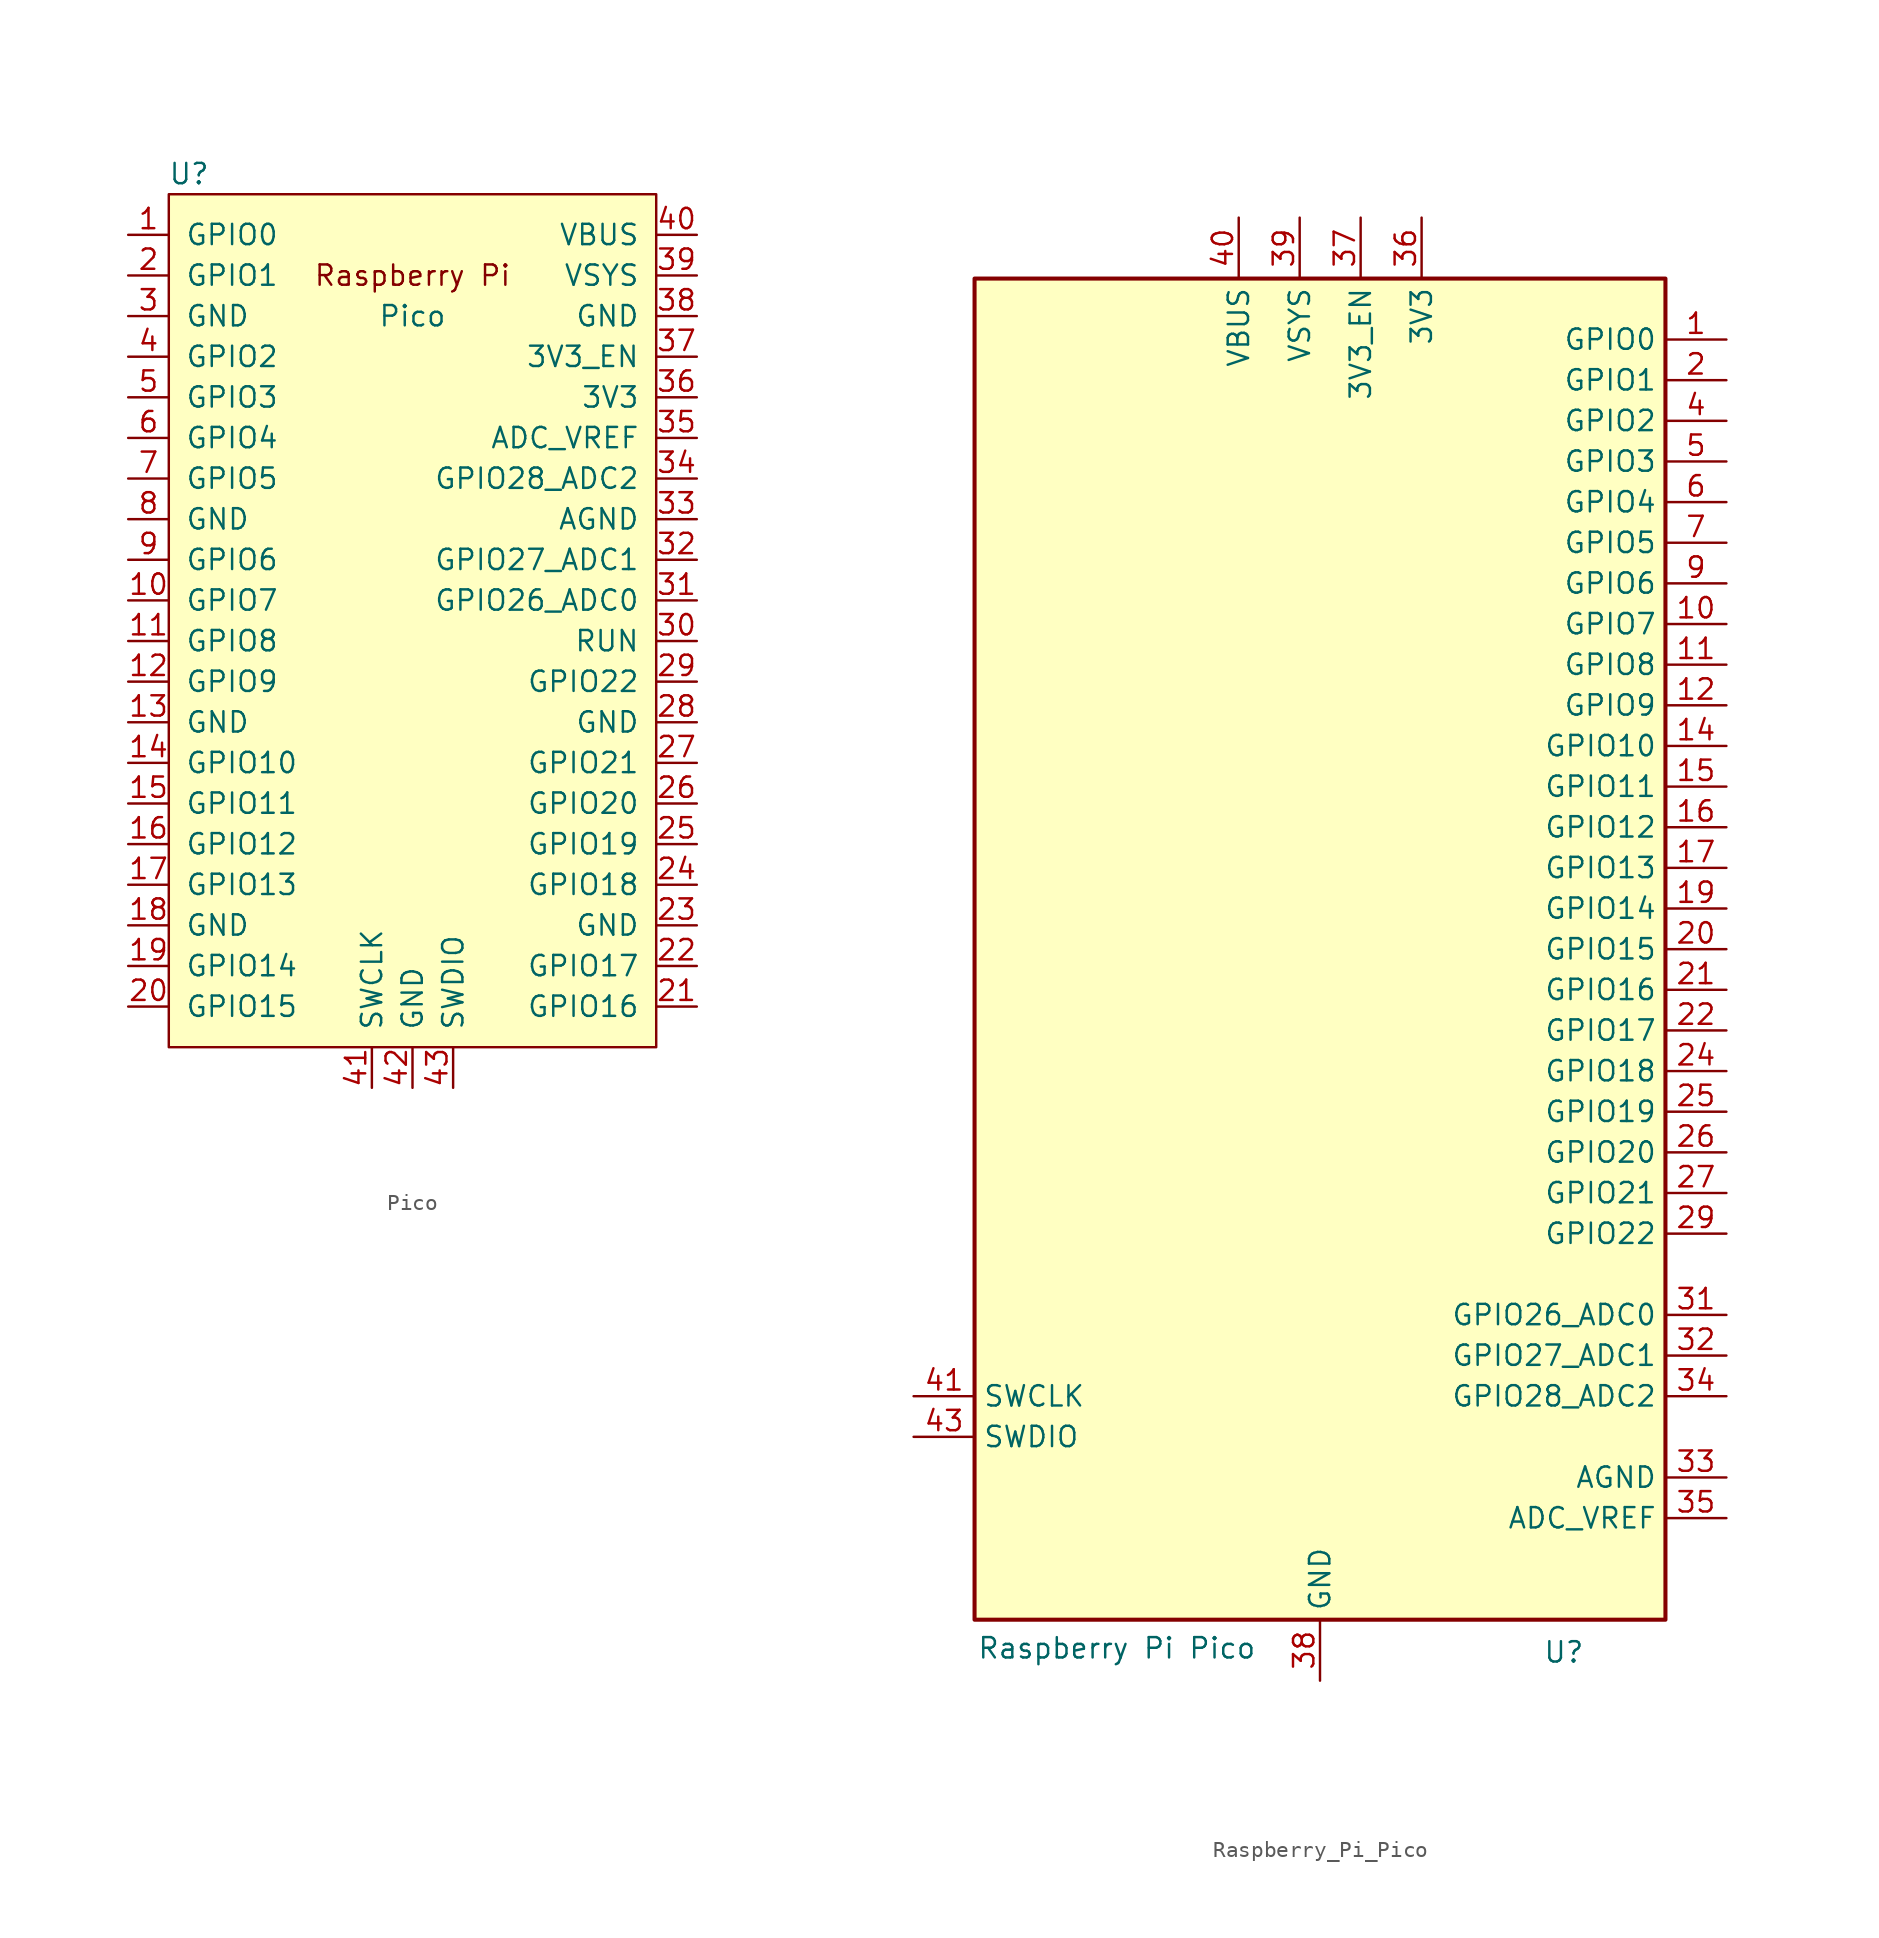
<source format=kicad_sym>
(kicad_symbol_lib
  (version 20231120)
  (generator "kicad_symbol_editor")
  (generator_version "8.0")
  (symbol "Pico"
    (pin_names
      (offset 1.016))
    (property "Reference" "U"
      (at -13.97 27.94 0)
      (effects (font (size 1.27 1.27))))
    (property "Value" "Pico"
      (at 0 19.05 0)
      (effects (font (size 1.27 1.27))))
    (symbol "Pico_0_0"
      (text "Raspberry Pi" (at 0 21.59 0) (effects (font (size 1.27 1.27)))))
    (symbol "Pico_0_1"
      (rectangle (start -15.24 26.67) (end 15.24 -26.67) (stroke (width 0) (type solid)) (fill (type background))))
    (symbol "Pico_1_1"
      (pin bidirectional line (at -17.78 24.13 0) (length 2.54) (name "GPIO0" (effects (font (size 1.27 1.27)))) (number "1" (effects (font (size 1.27 1.27)))))
      (pin bidirectional line (at -17.78 1.27 0) (length 2.54) (name "GPIO7" (effects (font (size 1.27 1.27)))) (number "10" (effects (font (size 1.27 1.27)))))
      (pin bidirectional line (at -17.78 -1.27 0) (length 2.54) (name "GPIO8" (effects (font (size 1.27 1.27)))) (number "11" (effects (font (size 1.27 1.27)))))
      (pin bidirectional line (at -17.78 -3.81 0) (length 2.54) (name "GPIO9" (effects (font (size 1.27 1.27)))) (number "12" (effects (font (size 1.27 1.27)))))
      (pin power_in line (at -17.78 -6.35 0) (length 2.54) (name "GND" (effects (font (size 1.27 1.27)))) (number "13" (effects (font (size 1.27 1.27)))))
      (pin bidirectional line (at -17.78 -8.89 0) (length 2.54) (name "GPIO10" (effects (font (size 1.27 1.27)))) (number "14" (effects (font (size 1.27 1.27)))))
      (pin bidirectional line (at -17.78 -11.43 0) (length 2.54) (name "GPIO11" (effects (font (size 1.27 1.27)))) (number "15" (effects (font (size 1.27 1.27)))))
      (pin bidirectional line (at -17.78 -13.97 0) (length 2.54) (name "GPIO12" (effects (font (size 1.27 1.27)))) (number "16" (effects (font (size 1.27 1.27)))))
      (pin bidirectional line (at -17.78 -16.51 0) (length 2.54) (name "GPIO13" (effects (font (size 1.27 1.27)))) (number "17" (effects (font (size 1.27 1.27)))))
      (pin power_in line (at -17.78 -19.05 0) (length 2.54) (name "GND" (effects (font (size 1.27 1.27)))) (number "18" (effects (font (size 1.27 1.27)))))
      (pin bidirectional line (at -17.78 -21.59 0) (length 2.54) (name "GPIO14" (effects (font (size 1.27 1.27)))) (number "19" (effects (font (size 1.27 1.27)))))
      (pin bidirectional line (at -17.78 21.59 0) (length 2.54) (name "GPIO1" (effects (font (size 1.27 1.27)))) (number "2" (effects (font (size 1.27 1.27)))))
      (pin bidirectional line (at -17.78 -24.13 0) (length 2.54) (name "GPIO15" (effects (font (size 1.27 1.27)))) (number "20" (effects (font (size 1.27 1.27)))))
      (pin bidirectional line (at 17.78 -24.13 180) (length 2.54) (name "GPIO16" (effects (font (size 1.27 1.27)))) (number "21" (effects (font (size 1.27 1.27)))))
      (pin bidirectional line (at 17.78 -21.59 180) (length 2.54) (name "GPIO17" (effects (font (size 1.27 1.27)))) (number "22" (effects (font (size 1.27 1.27)))))
      (pin power_in line (at 17.78 -19.05 180) (length 2.54) (name "GND" (effects (font (size 1.27 1.27)))) (number "23" (effects (font (size 1.27 1.27)))))
      (pin bidirectional line (at 17.78 -16.51 180) (length 2.54) (name "GPIO18" (effects (font (size 1.27 1.27)))) (number "24" (effects (font (size 1.27 1.27)))))
      (pin bidirectional line (at 17.78 -13.97 180) (length 2.54) (name "GPIO19" (effects (font (size 1.27 1.27)))) (number "25" (effects (font (size 1.27 1.27)))))
      (pin bidirectional line (at 17.78 -11.43 180) (length 2.54) (name "GPIO20" (effects (font (size 1.27 1.27)))) (number "26" (effects (font (size 1.27 1.27)))))
      (pin bidirectional line (at 17.78 -8.89 180) (length 2.54) (name "GPIO21" (effects (font (size 1.27 1.27)))) (number "27" (effects (font (size 1.27 1.27)))))
      (pin power_in line (at 17.78 -6.35 180) (length 2.54) (name "GND" (effects (font (size 1.27 1.27)))) (number "28" (effects (font (size 1.27 1.27)))))
      (pin bidirectional line (at 17.78 -3.81 180) (length 2.54) (name "GPIO22" (effects (font (size 1.27 1.27)))) (number "29" (effects (font (size 1.27 1.27)))))
      (pin power_in line (at -17.78 19.05 0) (length 2.54) (name "GND" (effects (font (size 1.27 1.27)))) (number "3" (effects (font (size 1.27 1.27)))))
      (pin input line (at 17.78 -1.27 180) (length 2.54) (name "RUN" (effects (font (size 1.27 1.27)))) (number "30" (effects (font (size 1.27 1.27)))))
      (pin bidirectional line (at 17.78 1.27 180) (length 2.54) (name "GPIO26_ADC0" (effects (font (size 1.27 1.27)))) (number "31" (effects (font (size 1.27 1.27)))))
      (pin bidirectional line (at 17.78 3.81 180) (length 2.54) (name "GPIO27_ADC1" (effects (font (size 1.27 1.27)))) (number "32" (effects (font (size 1.27 1.27)))))
      (pin power_in line (at 17.78 6.35 180) (length 2.54) (name "AGND" (effects (font (size 1.27 1.27)))) (number "33" (effects (font (size 1.27 1.27)))))
      (pin bidirectional line (at 17.78 8.89 180) (length 2.54) (name "GPIO28_ADC2" (effects (font (size 1.27 1.27)))) (number "34" (effects (font (size 1.27 1.27)))))
      (pin unspecified line (at 17.78 11.43 180) (length 2.54) (name "ADC_VREF" (effects (font (size 1.27 1.27)))) (number "35" (effects (font (size 1.27 1.27)))))
      (pin power_in line (at 17.78 13.97 180) (length 2.54) (name "3V3" (effects (font (size 1.27 1.27)))) (number "36" (effects (font (size 1.27 1.27)))))
      (pin input line (at 17.78 16.51 180) (length 2.54) (name "3V3_EN" (effects (font (size 1.27 1.27)))) (number "37" (effects (font (size 1.27 1.27)))))
      (pin bidirectional line (at 17.78 19.05 180) (length 2.54) (name "GND" (effects (font (size 1.27 1.27)))) (number "38" (effects (font (size 1.27 1.27)))))
      (pin unspecified line (at 17.78 21.59 180) (length 2.54) (name "VSYS" (effects (font (size 1.27 1.27)))) (number "39" (effects (font (size 1.27 1.27)))))
      (pin bidirectional line (at -17.78 16.51 0) (length 2.54) (name "GPIO2" (effects (font (size 1.27 1.27)))) (number "4" (effects (font (size 1.27 1.27)))))
      (pin unspecified line (at 17.78 24.13 180) (length 2.54) (name "VBUS" (effects (font (size 1.27 1.27)))) (number "40" (effects (font (size 1.27 1.27)))))
      (pin input line (at -2.54 -29.21 90) (length 2.54) (name "SWCLK" (effects (font (size 1.27 1.27)))) (number "41" (effects (font (size 1.27 1.27)))))
      (pin power_in line (at 0 -29.21 90) (length 2.54) (name "GND" (effects (font (size 1.27 1.27)))) (number "42" (effects (font (size 1.27 1.27)))))
      (pin bidirectional line (at 2.54 -29.21 90) (length 2.54) (name "SWDIO" (effects (font (size 1.27 1.27)))) (number "43" (effects (font (size 1.27 1.27)))))
      (pin bidirectional line (at -17.78 13.97 0) (length 2.54) (name "GPIO3" (effects (font (size 1.27 1.27)))) (number "5" (effects (font (size 1.27 1.27)))))
      (pin bidirectional line (at -17.78 11.43 0) (length 2.54) (name "GPIO4" (effects (font (size 1.27 1.27)))) (number "6" (effects (font (size 1.27 1.27)))))
      (pin bidirectional line (at -17.78 8.89 0) (length 2.54) (name "GPIO5" (effects (font (size 1.27 1.27)))) (number "7" (effects (font (size 1.27 1.27)))))
      (pin power_in line (at -17.78 6.35 0) (length 2.54) (name "GND" (effects (font (size 1.27 1.27)))) (number "8" (effects (font (size 1.27 1.27)))))
      (pin bidirectional line (at -17.78 3.81 0) (length 2.54) (name "GPIO6" (effects (font (size 1.27 1.27)))) (number "9" (effects (font (size 1.27 1.27)))))))
  (symbol "Raspberry_Pi_Pico"
    (property "Reference" "U"
      (at 15.24 -43.942 0)
      (effects (font (size 1.27 1.27))))
    (property "Value" "Raspberry Pi Pico"
      (at -12.7 -43.688 0)
      (effects (font (size 1.27 1.27))))
    (symbol "Raspberry_Pi_Pico_0_1"
      (rectangle (start -21.59 41.91) (end 21.59 -41.91) (stroke (width 0.254) (type default)) (fill (type background))))
    (symbol "Raspberry_Pi_Pico_1_1"
      (pin bidirectional line (at 25.4 38.1 180) (length 3.81) (name "GPIO0" (effects (font (size 1.27 1.27)))) (number "1" (effects (font (size 1.27 1.27)))))
      (pin bidirectional line (at 25.4 20.32 180) (length 3.81) (name "GPIO7" (effects (font (size 1.27 1.27)))) (number "10" (effects (font (size 1.27 1.27)))))
      (pin bidirectional line (at 25.4 17.78 180) (length 3.81) (name "GPIO8" (effects (font (size 1.27 1.27)))) (number "11" (effects (font (size 1.27 1.27)))))
      (pin bidirectional line (at 25.4 15.24 180) (length 3.81) (name "GPIO9" (effects (font (size 1.27 1.27)))) (number "12" (effects (font (size 1.27 1.27)))))
      (pin bidirectional line (at 25.4 12.7 180) (length 3.81) (name "GPIO10" (effects (font (size 1.27 1.27)))) (number "14" (effects (font (size 1.27 1.27)))))
      (pin bidirectional line (at 25.4 10.16 180) (length 3.81) (name "GPIO11" (effects (font (size 1.27 1.27)))) (number "15" (effects (font (size 1.27 1.27)))))
      (pin bidirectional line (at 25.4 7.62 180) (length 3.81) (name "GPIO12" (effects (font (size 1.27 1.27)))) (number "16" (effects (font (size 1.27 1.27)))))
      (pin bidirectional line (at 25.4 5.08 180) (length 3.81) (name "GPIO13" (effects (font (size 1.27 1.27)))) (number "17" (effects (font (size 1.27 1.27)))))
      (pin bidirectional line (at 25.4 2.54 180) (length 3.81) (name "GPIO14" (effects (font (size 1.27 1.27)))) (number "19" (effects (font (size 1.27 1.27)))))
      (pin bidirectional line (at 25.4 35.56 180) (length 3.81) (name "GPIO1" (effects (font (size 1.27 1.27)))) (number "2" (effects (font (size 1.27 1.27)))))
      (pin bidirectional line (at 25.4 0 180) (length 3.81) (name "GPIO15" (effects (font (size 1.27 1.27)))) (number "20" (effects (font (size 1.27 1.27)))))
      (pin bidirectional line (at 25.4 -2.54 180) (length 3.81) (name "GPIO16" (effects (font (size 1.27 1.27)))) (number "21" (effects (font (size 1.27 1.27)))))
      (pin bidirectional line (at 25.4 -5.08 180) (length 3.81) (name "GPIO17" (effects (font (size 1.27 1.27)))) (number "22" (effects (font (size 1.27 1.27)))))
      (pin bidirectional line (at 25.4 -7.62 180) (length 3.81) (name "GPIO18" (effects (font (size 1.27 1.27)))) (number "24" (effects (font (size 1.27 1.27)))))
      (pin bidirectional line (at 25.4 -10.16 180) (length 3.81) (name "GPIO19" (effects (font (size 1.27 1.27)))) (number "25" (effects (font (size 1.27 1.27)))))
      (pin bidirectional line (at 25.4 -12.7 180) (length 3.81) (name "GPIO20" (effects (font (size 1.27 1.27)))) (number "26" (effects (font (size 1.27 1.27)))))
      (pin bidirectional line (at 25.4 -15.24 180) (length 3.81) (name "GPIO21" (effects (font (size 1.27 1.27)))) (number "27" (effects (font (size 1.27 1.27)))))
      (pin bidirectional line (at 25.4 -17.78 180) (length 3.81) (name "GPIO22" (effects (font (size 1.27 1.27)))) (number "29" (effects (font (size 1.27 1.27)))))
      (pin bidirectional line (at 25.4 -22.86 180) (length 3.81) (name "GPIO26_ADC0" (effects (font (size 1.27 1.27)))) (number "31" (effects (font (size 1.27 1.27)))))
      (pin bidirectional line (at 25.4 -25.4 180) (length 3.81) (name "GPIO27_ADC1" (effects (font (size 1.27 1.27)))) (number "32" (effects (font (size 1.27 1.27)))))
      (pin power_in line (at 25.4 -33.02 180) (length 3.81) (name "AGND" (effects (font (size 1.27 1.27)))) (number "33" (effects (font (size 1.27 1.27)))))
      (pin bidirectional line (at 25.4 -27.94 180) (length 3.81) (name "GPIO28_ADC2" (effects (font (size 1.27 1.27)))) (number "34" (effects (font (size 1.27 1.27)))))
      (pin bidirectional line (at 25.4 -35.56 180) (length 3.81) (name "ADC_VREF" (effects (font (size 1.27 1.27)))) (number "35" (effects (font (size 1.27 1.27)))))
      (pin power_out line (at 6.35 45.72 270) (length 3.81) (name "3V3" (effects (font (size 1.27 1.27)))) (number "36" (effects (font (size 1.27 1.27)))))
      (pin power_in line (at 2.54 45.72 270) (length 3.81) (name "3V3_EN" (effects (font (size 1.27 1.27)))) (number "37" (effects (font (size 1.27 1.27)))))
      (pin power_out line (at 0 -45.72 90) (length 3.81) (name "GND" (effects (font (size 1.27 1.27)))) (number "38" (effects (font (size 1.27 1.27)))))
      (pin power_in line (at -1.27 45.72 270) (length 3.81) (name "VSYS" (effects (font (size 1.27 1.27)))) (number "39" (effects (font (size 1.27 1.27)))))
      (pin bidirectional line (at 25.4 33.02 180) (length 3.81) (name "GPIO2" (effects (font (size 1.27 1.27)))) (number "4" (effects (font (size 1.27 1.27)))))
      (pin power_in line (at -5.08 45.72 270) (length 3.81) (name "VBUS" (effects (font (size 1.27 1.27)))) (number "40" (effects (font (size 1.27 1.27)))))
      (pin input line (at -25.4 -27.94 0) (length 3.81) (name "SWCLK" (effects (font (size 1.27 1.27)))) (number "41" (effects (font (size 1.27 1.27)))))
      (pin bidirectional line (at -25.4 -30.48 0) (length 3.81) (name "SWDIO" (effects (font (size 1.27 1.27)))) (number "43" (effects (font (size 1.27 1.27)))))
      (pin bidirectional line (at 25.4 30.48 180) (length 3.81) (name "GPIO3" (effects (font (size 1.27 1.27)))) (number "5" (effects (font (size 1.27 1.27)))))
      (pin bidirectional line (at 25.4 27.94 180) (length 3.81) (name "GPIO4" (effects (font (size 1.27 1.27)))) (number "6" (effects (font (size 1.27 1.27)))))
      (pin bidirectional line (at 25.4 25.4 180) (length 3.81) (name "GPIO5" (effects (font (size 1.27 1.27)))) (number "7" (effects (font (size 1.27 1.27)))))
      (pin bidirectional line (at 25.4 22.86 180) (length 3.81) (name "GPIO6" (effects (font (size 1.27 1.27)))) (number "9" (effects (font (size 1.27 1.27))))))))
</source>
